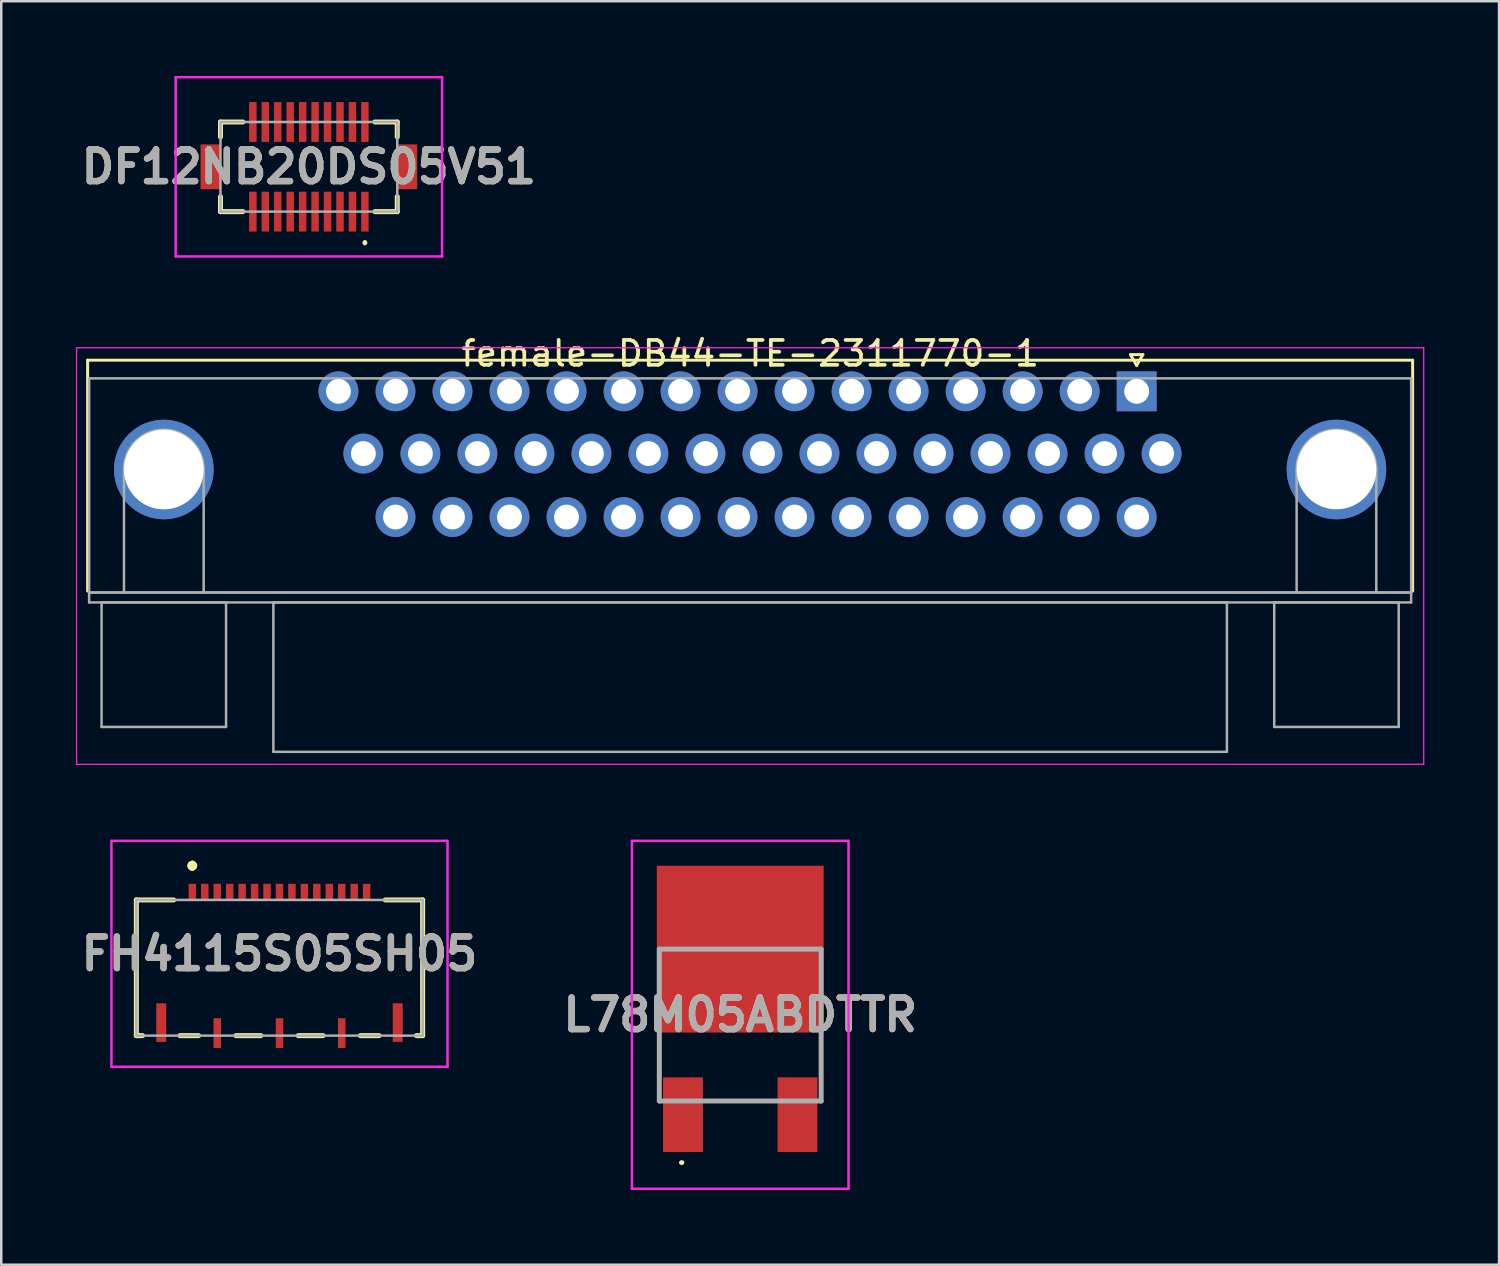
<source format=kicad_pcb>
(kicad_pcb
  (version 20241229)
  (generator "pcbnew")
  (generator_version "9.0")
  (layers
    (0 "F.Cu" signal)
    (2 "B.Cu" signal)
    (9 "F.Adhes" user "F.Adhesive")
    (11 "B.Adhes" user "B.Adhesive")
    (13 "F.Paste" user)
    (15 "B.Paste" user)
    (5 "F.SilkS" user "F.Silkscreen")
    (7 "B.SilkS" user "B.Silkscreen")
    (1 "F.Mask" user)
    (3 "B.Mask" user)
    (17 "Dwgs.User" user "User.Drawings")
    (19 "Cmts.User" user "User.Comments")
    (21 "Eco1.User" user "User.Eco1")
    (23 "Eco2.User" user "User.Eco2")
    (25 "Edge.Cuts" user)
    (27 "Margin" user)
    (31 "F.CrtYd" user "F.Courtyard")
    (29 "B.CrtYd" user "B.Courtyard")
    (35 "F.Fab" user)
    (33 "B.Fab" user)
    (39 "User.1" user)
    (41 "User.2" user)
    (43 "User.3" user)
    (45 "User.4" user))
  (footprint "L78M05ABDTTR"
    (layer "F.Cu")
    (at 26.682 38.398)
    (property "Reference" "L78M05ABDTTR" (at 0 -0.688 0) (layer "F.SilkS") (effects (font (size 1.27 1.27) (thickness 0.254))))
    (attr smd)
    (fp_line (start -3.25 0.5) (end -3.25 1.5) (stroke (width 0.1) (type solid)) (layer "F.SilkS"))
    (fp_line (start -2.4 5.25) (end -2.4 5.25) (stroke (width 0.1) (type solid)) (layer "F.SilkS"))
    (fp_line (start -2.3 5.25) (end -2.3 5.25) (stroke (width 0.1) (type solid)) (layer "F.SilkS"))
    (fp_line (start -1.25 2.775) (end 1.25 2.775) (stroke (width 0.1) (type solid)) (layer "F.SilkS"))
    (fp_line (start 3.25 0.5) (end 3.25 1.5) (stroke (width 0.1) (type solid)) (layer "F.SilkS"))
    (fp_arc (start -2.4 5.25) (mid -2.35 5.2) (end -2.3 5.25) (stroke (width 0.1) (type solid)) (layer "F.SilkS"))
    (fp_arc (start -2.3 5.25) (mid -2.35 5.3) (end -2.4 5.25) (stroke (width 0.1) (type solid)) (layer "F.SilkS"))
    (fp_line (start -4.35 -7.675) (end 4.35 -7.675) (stroke (width 0.1) (type solid)) (layer "F.CrtYd"))
    (fp_line (start -4.35 6.3) (end -4.35 -7.675) (stroke (width 0.1) (type solid)) (layer "F.CrtYd"))
    (fp_line (start 4.35 -7.675) (end 4.35 6.3) (stroke (width 0.1) (type solid)) (layer "F.CrtYd"))
    (fp_line (start 4.35 6.3) (end -4.35 6.3) (stroke (width 0.1) (type solid)) (layer "F.CrtYd"))
    (fp_line (start -3.25 -3.325) (end 3.25 -3.325) (stroke (width 0.2) (type solid)) (layer "F.Fab"))
    (fp_line (start -3.25 2.775) (end -3.25 -3.325) (stroke (width 0.2) (type solid)) (layer "F.Fab"))
    (fp_line (start 3.25 -3.325) (end 3.25 2.775) (stroke (width 0.2) (type solid)) (layer "F.Fab"))
    (fp_line (start 3.25 2.775) (end -3.25 2.775) (stroke (width 0.2) (type solid)) (layer "F.Fab"))
    (fp_text user "${REFERENCE}" (at 0 -0.688 0) (layer "F.Fab") (effects (font (size 1.27 1.27) (thickness 0.254))))
    (pad "1" smd rect (at -2.3 3.325) (size 1.6 3) (layers "F.Cu" "F.Mask" "F.Paste"))
    (pad "2" smd rect (at 0 -3.325 90) (size 6.7 6.7) (layers "F.Cu" "F.Mask" "F.Paste"))
    (pad "3" smd rect (at 2.3 3.325) (size 1.6 3) (layers "F.Cu" "F.Mask" "F.Paste")))
  (footprint "DF12NB20DS05V51"
    (layer "F.Cu")
    (at 9.356 3.65)
    (property "Reference" "DF12NB20DS05V51" (at 0 0 0) (layer "F.SilkS") (effects (font (size 1.27 1.27) (thickness 0.254))))
    (attr smd)
    (fp_line (start -3.55 -1.8) (end -3.55 -1.2) (stroke (width 0.2) (type solid)) (layer "F.SilkS"))
    (fp_line (start -3.55 1.2) (end -3.55 1.8) (stroke (width 0.2) (type solid)) (layer "F.SilkS"))
    (fp_line (start -3.55 1.8) (end -2.65 1.8) (stroke (width 0.2) (type solid)) (layer "F.SilkS"))
    (fp_line (start -2.65 -1.8) (end -3.55 -1.8) (stroke (width 0.2) (type solid)) (layer "F.SilkS"))
    (fp_line (start 2.25 3) (end 2.25 3) (stroke (width 0.1) (type solid)) (layer "F.SilkS"))
    (fp_line (start 2.25 3.1) (end 2.25 3.1) (stroke (width 0.1) (type solid)) (layer "F.SilkS"))
    (fp_line (start 2.65 -1.8) (end 3.55 -1.8) (stroke (width 0.2) (type solid)) (layer "F.SilkS"))
    (fp_line (start 2.65 1.8) (end 3.55 1.8) (stroke (width 0.2) (type solid)) (layer "F.SilkS"))
    (fp_line (start 3.55 -1.8) (end 3.55 -1.2) (stroke (width 0.2) (type solid)) (layer "F.SilkS"))
    (fp_line (start 3.55 1.8) (end 3.55 1.2) (stroke (width 0.2) (type solid)) (layer "F.SilkS"))
    (fp_arc (start 2.25 3) (mid 2.3 3.05) (end 2.25 3.1) (stroke (width 0.1) (type solid)) (layer "F.SilkS"))
    (fp_arc (start 2.25 3.1) (mid 2.2 3.05) (end 2.25 3) (stroke (width 0.1) (type solid)) (layer "F.SilkS"))
    (fp_line (start -5.35 -3.6) (end 5.35 -3.6) (stroke (width 0.1) (type solid)) (layer "F.CrtYd"))
    (fp_line (start -5.35 3.6) (end -5.35 -3.6) (stroke (width 0.1) (type solid)) (layer "F.CrtYd"))
    (fp_line (start 5.35 -3.6) (end 5.35 3.6) (stroke (width 0.1) (type solid)) (layer "F.CrtYd"))
    (fp_line (start 5.35 3.6) (end -5.35 3.6) (stroke (width 0.1) (type solid)) (layer "F.CrtYd"))
    (fp_line (start -3.55 -1.8) (end 3.55 -1.8) (stroke (width 0.1) (type solid)) (layer "F.Fab"))
    (fp_line (start -3.55 1.8) (end -3.55 -1.8) (stroke (width 0.1) (type solid)) (layer "F.Fab"))
    (fp_line (start 3.55 -1.8) (end 3.55 1.8) (stroke (width 0.1) (type solid)) (layer "F.Fab"))
    (fp_line (start 3.55 1.8) (end -3.55 1.8) (stroke (width 0.1) (type solid)) (layer "F.Fab"))
    (fp_text user "${REFERENCE}" (at 0 0 0) (layer "F.Fab") (effects (font (size 1.27 1.27) (thickness 0.254))))
    (pad "1" smd rect (at 2.25 1.8) (size 0.3 1.6) (layers "F.Cu" "F.Mask" "F.Paste"))
    (pad "2" smd rect (at 2.25 -1.8) (size 0.3 1.6) (layers "F.Cu" "F.Mask" "F.Paste"))
    (pad "3" smd rect (at 1.75 1.8) (size 0.3 1.6) (layers "F.Cu" "F.Mask" "F.Paste"))
    (pad "4" smd rect (at 1.75 -1.8) (size 0.3 1.6) (layers "F.Cu" "F.Mask" "F.Paste"))
    (pad "5" smd rect (at 1.25 1.8) (size 0.3 1.6) (layers "F.Cu" "F.Mask" "F.Paste"))
    (pad "6" smd rect (at 1.25 -1.8) (size 0.3 1.6) (layers "F.Cu" "F.Mask" "F.Paste"))
    (pad "7" smd rect (at 0.75 1.8) (size 0.3 1.6) (layers "F.Cu" "F.Mask" "F.Paste"))
    (pad "8" smd rect (at 0.75 -1.8) (size 0.3 1.6) (layers "F.Cu" "F.Mask" "F.Paste"))
    (pad "9" smd rect (at 0.25 1.8) (size 0.3 1.6) (layers "F.Cu" "F.Mask" "F.Paste"))
    (pad "10" smd rect (at 0.25 -1.8) (size 0.3 1.6) (layers "F.Cu" "F.Mask" "F.Paste"))
    (pad "11" smd rect (at -0.25 1.8) (size 0.3 1.6) (layers "F.Cu" "F.Mask" "F.Paste"))
    (pad "12" smd rect (at -0.25 -1.8) (size 0.3 1.6) (layers "F.Cu" "F.Mask" "F.Paste"))
    (pad "13" smd rect (at -0.75 1.8) (size 0.3 1.6) (layers "F.Cu" "F.Mask" "F.Paste"))
    (pad "14" smd rect (at -0.75 -1.8) (size 0.3 1.6) (layers "F.Cu" "F.Mask" "F.Paste"))
    (pad "15" smd rect (at -1.25 1.8) (size 0.3 1.6) (layers "F.Cu" "F.Mask" "F.Paste"))
    (pad "16" smd rect (at -1.25 -1.8) (size 0.3 1.6) (layers "F.Cu" "F.Mask" "F.Paste"))
    (pad "17" smd rect (at -1.75 1.8) (size 0.3 1.6) (layers "F.Cu" "F.Mask" "F.Paste"))
    (pad "18" smd rect (at -1.75 -1.8) (size 0.3 1.6) (layers "F.Cu" "F.Mask" "F.Paste"))
    (pad "19" smd rect (at -2.25 1.8) (size 0.3 1.6) (layers "F.Cu" "F.Mask" "F.Paste"))
    (pad "20" smd rect (at -2.25 -1.8) (size 0.3 1.6) (layers "F.Cu" "F.Mask" "F.Paste"))
    (pad "21" smd rect (at 3.95 0) (size 0.8 1.8) (layers "F.Cu" "F.Mask" "F.Paste"))
    (pad "22" smd rect (at -3.95 0) (size 0.8 1.8) (layers "F.Cu" "F.Mask" "F.Paste")))
  (footprint "FH4115S05SH05"
    (layer "F.Cu")
    (at 8.176 35.26)
    (property "Reference" "FH4115S05SH05" (at 0 0 0) (layer "F.SilkS") (effects (font (size 1.27 1.27) (thickness 0.254))))
    (attr smd)
    (fp_line (start -5.75 -2.163) (end -4.25 -2.163) (stroke (width 0.2) (type solid)) (layer "F.SilkS"))
    (fp_line (start -5.75 3.287) (end -5.75 -2.163) (stroke (width 0.2) (type solid)) (layer "F.SilkS"))
    (fp_line (start -5.5 3.287) (end -5.75 3.287) (stroke (width 0.2) (type solid)) (layer "F.SilkS"))
    (fp_line (start -4 3.287) (end -3.25 3.287) (stroke (width 0.2) (type solid)) (layer "F.SilkS"))
    (fp_line (start -3.5 -3.638) (end -3.5 -3.638) (stroke (width 0.2) (type solid)) (layer "F.SilkS"))
    (fp_line (start -3.5 -3.638) (end -3.5 -3.638) (stroke (width 0.2) (type solid)) (layer "F.SilkS"))
    (fp_line (start -3.5 -3.438) (end -3.5 -3.438) (stroke (width 0.2) (type solid)) (layer "F.SilkS"))
    (fp_line (start -1.75 3.287) (end -0.75 3.287) (stroke (width 0.2) (type solid)) (layer "F.SilkS"))
    (fp_line (start 0.75 3.287) (end 1.75 3.287) (stroke (width 0.2) (type solid)) (layer "F.SilkS"))
    (fp_line (start 3.25 3.287) (end 4 3.287) (stroke (width 0.2) (type solid)) (layer "F.SilkS"))
    (fp_line (start 4.25 -2.163) (end 5.75 -2.163) (stroke (width 0.2) (type solid)) (layer "F.SilkS"))
    (fp_line (start 5.75 -2.163) (end 5.75 3.287) (stroke (width 0.2) (type solid)) (layer "F.SilkS"))
    (fp_line (start 5.75 3.287) (end 5.5 3.287) (stroke (width 0.2) (type solid)) (layer "F.SilkS"))
    (fp_arc (start -3.5 -3.637) (mid -3.4005 -3.5375) (end -3.5 -3.438) (stroke (width 0.2) (type solid)) (layer "F.SilkS"))
    (fp_arc (start -3.5 -3.437) (mid -3.6005 -3.5375) (end -3.5 -3.638) (stroke (width 0.2) (type solid)) (layer "F.SilkS"))
    (fp_arc (start -3.5 -3.437) (mid -3.6005 -3.5375) (end -3.5 -3.638) (stroke (width 0.2) (type solid)) (layer "F.SilkS"))
    (fp_line (start -6.75 -4.537) (end 6.75 -4.537) (stroke (width 0.1) (type solid)) (layer "F.CrtYd"))
    (fp_line (start -6.75 4.537) (end -6.75 -4.537) (stroke (width 0.1) (type solid)) (layer "F.CrtYd"))
    (fp_line (start 6.75 -4.537) (end 6.75 4.537) (stroke (width 0.1) (type solid)) (layer "F.CrtYd"))
    (fp_line (start 6.75 4.537) (end -6.75 4.537) (stroke (width 0.1) (type solid)) (layer "F.CrtYd"))
    (fp_line (start -5.75 -2.163) (end 5.75 -2.163) (stroke (width 0.1) (type solid)) (layer "F.Fab"))
    (fp_line (start -5.75 3.287) (end -5.75 -2.163) (stroke (width 0.1) (type solid)) (layer "F.Fab"))
    (fp_line (start 5.75 -2.163) (end 5.75 3.287) (stroke (width 0.1) (type solid)) (layer "F.Fab"))
    (fp_line (start 5.75 3.287) (end -5.75 3.287) (stroke (width 0.1) (type solid)) (layer "F.Fab"))
    (fp_text user "${REFERENCE}" (at 0 0 0) (layer "F.Fab") (effects (font (size 1.27 1.27) (thickness 0.254))))
    (pad "1" smd rect (at -3.5 -2.487) (size 0.3 0.65) (layers "F.Cu" "F.Mask" "F.Paste"))
    (pad "2" smd rect (at -3 -2.487) (size 0.3 0.65) (layers "F.Cu" "F.Mask" "F.Paste"))
    (pad "3" smd rect (at -2.5 -2.487) (size 0.3 0.65) (layers "F.Cu" "F.Mask" "F.Paste"))
    (pad "4" smd rect (at -2 -2.487) (size 0.3 0.65) (layers "F.Cu" "F.Mask" "F.Paste"))
    (pad "5" smd rect (at -1.5 -2.487) (size 0.3 0.65) (layers "F.Cu" "F.Mask" "F.Paste"))
    (pad "6" smd rect (at -1 -2.487) (size 0.3 0.65) (layers "F.Cu" "F.Mask" "F.Paste"))
    (pad "7" smd rect (at -0.5 -2.487) (size 0.3 0.65) (layers "F.Cu" "F.Mask" "F.Paste"))
    (pad "8" smd rect (at 0 -2.487) (size 0.3 0.65) (layers "F.Cu" "F.Mask" "F.Paste"))
    (pad "9" smd rect (at 0.5 -2.487) (size 0.3 0.65) (layers "F.Cu" "F.Mask" "F.Paste"))
    (pad "10" smd rect (at 1 -2.487) (size 0.3 0.65) (layers "F.Cu" "F.Mask" "F.Paste"))
    (pad "11" smd rect (at 1.5 -2.487) (size 0.3 0.65) (layers "F.Cu" "F.Mask" "F.Paste"))
    (pad "12" smd rect (at 2 -2.487) (size 0.3 0.65) (layers "F.Cu" "F.Mask" "F.Paste"))
    (pad "13" smd rect (at 2.5 -2.487) (size 0.3 0.65) (layers "F.Cu" "F.Mask" "F.Paste"))
    (pad "14" smd rect (at 3 -2.487) (size 0.3 0.65) (layers "F.Cu" "F.Mask" "F.Paste"))
    (pad "15" smd rect (at 3.5 -2.487) (size 0.3 0.65) (layers "F.Cu" "F.Mask" "F.Paste"))
    (pad "G1" smd rect (at -2.5 3.188) (size 0.3 1.2) (layers "F.Cu" "F.Mask" "F.Paste"))
    (pad "G2" smd rect (at 0 3.188) (size 0.3 1.2) (layers "F.Cu" "F.Mask" "F.Paste"))
    (pad "G3" smd rect (at 2.5 3.188) (size 0.3 1.2) (layers "F.Cu" "F.Mask" "F.Paste"))
    (pad "MP1" smd rect (at -4.75 2.763) (size 0.4 1.55) (layers "F.Cu" "F.Mask" "F.Paste"))
    (pad "MP2" smd rect (at 4.75 2.763) (size 0.4 1.55) (layers "F.Cu" "F.Mask" "F.Paste")))
  (footprint "female-DB44-TE-2311770-1"
    (layer "F.Cu")
    (at 42.605 13.918)
    (property "Reference" "female-DB44-TE-2311770-1" (at -15.525 -2.77 0) (layer "F.SilkS") (effects (font (size 1 1) (thickness 0.15))))
    (attr through_hole)
    (fp_line (start -42.135 -2.5) (end 11.085 -2.5) (stroke (width 0.12) (type solid)) (layer "F.SilkS"))
    (fp_line (start -42.135 6.77) (end -42.135 -2.5) (stroke (width 0.12) (type solid)) (layer "F.SilkS"))
    (fp_line (start -0.25 -2.724) (end 0.25 -2.724) (stroke (width 0.12) (type solid)) (layer "F.SilkS"))
    (fp_line (start 0 -2.291) (end -0.25 -2.724) (stroke (width 0.12) (type solid)) (layer "F.SilkS"))
    (fp_line (start 0.25 -2.724) (end 0 -2.291) (stroke (width 0.12) (type solid)) (layer "F.SilkS"))
    (fp_line (start 11.085 -2.5) (end 11.085 6.77) (stroke (width 0.12) (type solid)) (layer "F.SilkS"))
    (fp_line (start -42.58 -3) (end -42.58 13.73) (stroke (width 0.05) (type solid)) (layer "F.CrtYd"))
    (fp_line (start -42.58 13.73) (end 11.53 13.73) (stroke (width 0.05) (type solid)) (layer "F.CrtYd"))
    (fp_line (start 11.53 -3) (end -42.58 -3) (stroke (width 0.05) (type solid)) (layer "F.CrtYd"))
    (fp_line (start 11.53 13.73) (end 11.53 -3) (stroke (width 0.05) (type solid)) (layer "F.CrtYd"))
    (fp_line (start -42.075 -1.77) (end -42.075 6.83) (stroke (width 0.1) (type solid)) (layer "F.Fab"))
    (fp_line (start -42.075 6.83) (end -42.075 7.23) (stroke (width 0.1) (type solid)) (layer "F.Fab"))
    (fp_line (start -42.075 6.83) (end 11.025 6.83) (stroke (width 0.1) (type solid)) (layer "F.Fab"))
    (fp_line (start -42.075 7.23) (end 11.025 7.23) (stroke (width 0.1) (type solid)) (layer "F.Fab"))
    (fp_line (start -41.575 7.23) (end -41.575 12.23) (stroke (width 0.1) (type solid)) (layer "F.Fab"))
    (fp_line (start -41.575 12.23) (end -36.575 12.23) (stroke (width 0.1) (type solid)) (layer "F.Fab"))
    (fp_line (start -40.675 6.83) (end -40.675 1.89) (stroke (width 0.1) (type solid)) (layer "F.Fab"))
    (fp_line (start -37.475 6.83) (end -37.475 1.89) (stroke (width 0.1) (type solid)) (layer "F.Fab"))
    (fp_line (start -36.575 7.23) (end -41.575 7.23) (stroke (width 0.1) (type solid)) (layer "F.Fab"))
    (fp_line (start -36.575 12.23) (end -36.575 7.23) (stroke (width 0.1) (type solid)) (layer "F.Fab"))
    (fp_line (start -34.675 7.23) (end -34.675 13.23) (stroke (width 0.1) (type solid)) (layer "F.Fab"))
    (fp_line (start -34.675 13.23) (end 3.625 13.23) (stroke (width 0.1) (type solid)) (layer "F.Fab"))
    (fp_line (start 3.625 7.23) (end -34.675 7.23) (stroke (width 0.1) (type solid)) (layer "F.Fab"))
    (fp_line (start 3.625 13.23) (end 3.625 7.23) (stroke (width 0.1) (type solid)) (layer "F.Fab"))
    (fp_line (start 5.525 7.23) (end 5.525 12.23) (stroke (width 0.1) (type solid)) (layer "F.Fab"))
    (fp_line (start 5.525 12.23) (end 10.525 12.23) (stroke (width 0.1) (type solid)) (layer "F.Fab"))
    (fp_line (start 6.425 6.83) (end 6.425 1.89) (stroke (width 0.1) (type solid)) (layer "F.Fab"))
    (fp_line (start 9.625 6.83) (end 9.625 1.89) (stroke (width 0.1) (type solid)) (layer "F.Fab"))
    (fp_line (start 10.525 7.23) (end 5.525 7.23) (stroke (width 0.1) (type solid)) (layer "F.Fab"))
    (fp_line (start 10.525 12.23) (end 10.525 7.23) (stroke (width 0.1) (type solid)) (layer "F.Fab"))
    (fp_line (start 11.025 -1.77) (end -42.075 -1.77) (stroke (width 0.1) (type solid)) (layer "F.Fab"))
    (fp_line (start 11.025 6.83) (end -42.075 6.83) (stroke (width 0.1) (type solid)) (layer "F.Fab"))
    (fp_line (start 11.025 6.83) (end 11.025 -1.77) (stroke (width 0.1) (type solid)) (layer "F.Fab"))
    (fp_line (start 11.025 7.23) (end 11.025 6.83) (stroke (width 0.1) (type solid)) (layer "F.Fab"))
    (fp_arc (start -40.675 1.89) (mid -39.075 0.29) (end -37.475 1.89) (stroke (width 0.1) (type solid)) (layer "F.Fab"))
    (fp_arc (start 6.425 1.89) (mid 8.025 0.29) (end 9.625 1.89) (stroke (width 0.1) (type solid)) (layer "F.Fab"))
    (pad "0" thru_hole circle (at -39.075 1.89) (size 4 4) (drill 3.2) (layers "*.Cu" "*.Mask"))
    (pad "0" thru_hole circle (at 8.025 1.89) (size 4 4) (drill 3.2) (layers "*.Cu" "*.Mask"))
    (pad "1" thru_hole rect (at 0 -1.25) (size 1.6 1.6) (drill 1) (layers "*.Cu" "*.Mask"))
    (pad "2" thru_hole circle (at -2.29 -1.25) (size 1.6 1.6) (drill 1) (layers "*.Cu" "*.Mask"))
    (pad "3" thru_hole circle (at -4.58 -1.25) (size 1.6 1.6) (drill 1) (layers "*.Cu" "*.Mask"))
    (pad "4" thru_hole circle (at -6.87 -1.25) (size 1.6 1.6) (drill 1) (layers "*.Cu" "*.Mask"))
    (pad "5" thru_hole circle (at -9.16 -1.25) (size 1.6 1.6) (drill 1) (layers "*.Cu" "*.Mask"))
    (pad "6" thru_hole circle (at -11.45 -1.25) (size 1.6 1.6) (drill 1) (layers "*.Cu" "*.Mask"))
    (pad "7" thru_hole circle (at -13.74 -1.25) (size 1.6 1.6) (drill 1) (layers "*.Cu" "*.Mask"))
    (pad "8" thru_hole circle (at -16.03 -1.25) (size 1.6 1.6) (drill 1) (layers "*.Cu" "*.Mask"))
    (pad "9" thru_hole circle (at -18.32 -1.25) (size 1.6 1.6) (drill 1) (layers "*.Cu" "*.Mask"))
    (pad "10" thru_hole circle (at -20.61 -1.25) (size 1.6 1.6) (drill 1) (layers "*.Cu" "*.Mask"))
    (pad "11" thru_hole circle (at -22.9 -1.25) (size 1.6 1.6) (drill 1) (layers "*.Cu" "*.Mask"))
    (pad "12" thru_hole circle (at -25.19 -1.25) (size 1.6 1.6) (drill 1) (layers "*.Cu" "*.Mask"))
    (pad "13" thru_hole circle (at -27.48 -1.25) (size 1.6 1.6) (drill 1) (layers "*.Cu" "*.Mask"))
    (pad "14" thru_hole circle (at -29.77 -1.25) (size 1.6 1.6) (drill 1) (layers "*.Cu" "*.Mask"))
    (pad "15" thru_hole circle (at -32.06 -1.25) (size 1.6 1.6) (drill 1) (layers "*.Cu" "*.Mask"))
    (pad "16" thru_hole circle (at 1 1.25) (size 1.6 1.6) (drill 1) (layers "*.Cu" "*.Mask"))
    (pad "17" thru_hole circle (at -1.29 1.25) (size 1.6 1.6) (drill 1) (layers "*.Cu" "*.Mask"))
    (pad "18" thru_hole circle (at -3.58 1.25) (size 1.6 1.6) (drill 1) (layers "*.Cu" "*.Mask"))
    (pad "19" thru_hole circle (at -5.87 1.25) (size 1.6 1.6) (drill 1) (layers "*.Cu" "*.Mask"))
    (pad "20" thru_hole circle (at -8.16 1.25) (size 1.6 1.6) (drill 1) (layers "*.Cu" "*.Mask"))
    (pad "21" thru_hole circle (at -10.45 1.25) (size 1.6 1.6) (drill 1) (layers "*.Cu" "*.Mask"))
    (pad "22" thru_hole circle (at -12.74 1.25) (size 1.6 1.6) (drill 1) (layers "*.Cu" "*.Mask"))
    (pad "23" thru_hole circle (at -15.03 1.25) (size 1.6 1.6) (drill 1) (layers "*.Cu" "*.Mask"))
    (pad "24" thru_hole circle (at -17.32 1.25) (size 1.6 1.6) (drill 1) (layers "*.Cu" "*.Mask"))
    (pad "25" thru_hole circle (at -19.61 1.25) (size 1.6 1.6) (drill 1) (layers "*.Cu" "*.Mask"))
    (pad "26" thru_hole circle (at -21.9 1.25) (size 1.6 1.6) (drill 1) (layers "*.Cu" "*.Mask"))
    (pad "27" thru_hole circle (at -24.19 1.25) (size 1.6 1.6) (drill 1) (layers "*.Cu" "*.Mask"))
    (pad "28" thru_hole circle (at -26.48 1.25) (size 1.6 1.6) (drill 1) (layers "*.Cu" "*.Mask"))
    (pad "29" thru_hole circle (at -28.77 1.25) (size 1.6 1.6) (drill 1) (layers "*.Cu" "*.Mask"))
    (pad "30" thru_hole circle (at -31.06 1.25) (size 1.6 1.6) (drill 1) (layers "*.Cu" "*.Mask"))
    (pad "31" thru_hole circle (at 0 3.8) (size 1.6 1.6) (drill 1) (layers "*.Cu" "*.Mask"))
    (pad "32" thru_hole circle (at -2.29 3.8) (size 1.6 1.6) (drill 1) (layers "*.Cu" "*.Mask"))
    (pad "33" thru_hole circle (at -4.58 3.8) (size 1.6 1.6) (drill 1) (layers "*.Cu" "*.Mask"))
    (pad "34" thru_hole circle (at -6.87 3.8) (size 1.6 1.6) (drill 1) (layers "*.Cu" "*.Mask"))
    (pad "35" thru_hole circle (at -9.16 3.8) (size 1.6 1.6) (drill 1) (layers "*.Cu" "*.Mask"))
    (pad "36" thru_hole circle (at -11.45 3.8) (size 1.6 1.6) (drill 1) (layers "*.Cu" "*.Mask"))
    (pad "37" thru_hole circle (at -13.74 3.8) (size 1.6 1.6) (drill 1) (layers "*.Cu" "*.Mask"))
    (pad "38" thru_hole circle (at -16.03 3.8) (size 1.6 1.6) (drill 1) (layers "*.Cu" "*.Mask"))
    (pad "39" thru_hole circle (at -18.32 3.8) (size 1.6 1.6) (drill 1) (layers "*.Cu" "*.Mask"))
    (pad "40" thru_hole circle (at -20.61 3.8) (size 1.6 1.6) (drill 1) (layers "*.Cu" "*.Mask"))
    (pad "41" thru_hole circle (at -22.9 3.8) (size 1.6 1.6) (drill 1) (layers "*.Cu" "*.Mask"))
    (pad "42" thru_hole circle (at -25.19 3.8) (size 1.6 1.6) (drill 1) (layers "*.Cu" "*.Mask"))
    (pad "43" thru_hole circle (at -27.48 3.8) (size 1.6 1.6) (drill 1) (layers "*.Cu" "*.Mask"))
    (pad "44" thru_hole circle (at -29.77 3.8) (size 1.6 1.6) (drill 1) (layers "*.Cu" "*.Mask")))
  (gr_rect
    (start -3 -3)
    (end 57.16 47.748)
    (stroke (width 0.1) (type default))
    (fill no)
    (layer "Edge.Cuts")))
</source>
